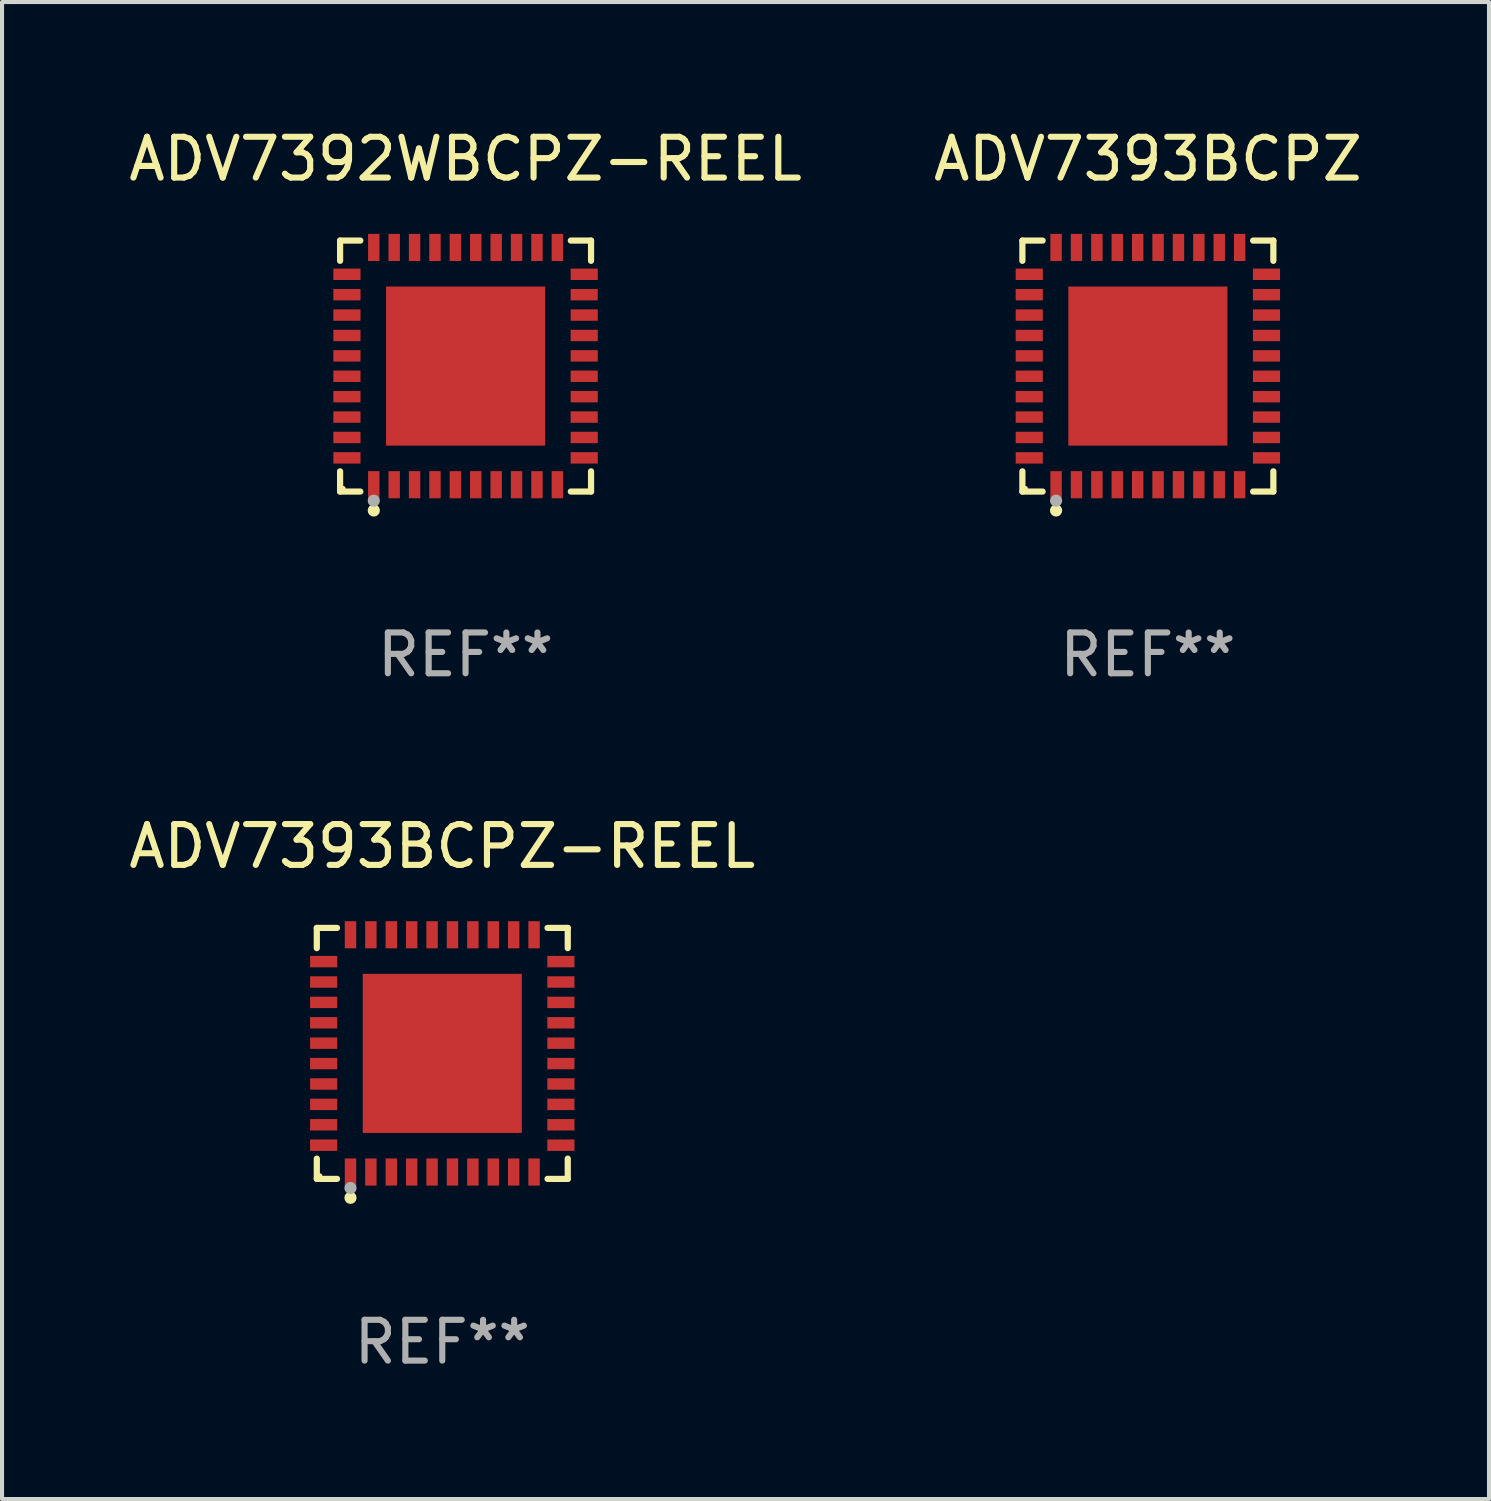
<source format=kicad_pcb>
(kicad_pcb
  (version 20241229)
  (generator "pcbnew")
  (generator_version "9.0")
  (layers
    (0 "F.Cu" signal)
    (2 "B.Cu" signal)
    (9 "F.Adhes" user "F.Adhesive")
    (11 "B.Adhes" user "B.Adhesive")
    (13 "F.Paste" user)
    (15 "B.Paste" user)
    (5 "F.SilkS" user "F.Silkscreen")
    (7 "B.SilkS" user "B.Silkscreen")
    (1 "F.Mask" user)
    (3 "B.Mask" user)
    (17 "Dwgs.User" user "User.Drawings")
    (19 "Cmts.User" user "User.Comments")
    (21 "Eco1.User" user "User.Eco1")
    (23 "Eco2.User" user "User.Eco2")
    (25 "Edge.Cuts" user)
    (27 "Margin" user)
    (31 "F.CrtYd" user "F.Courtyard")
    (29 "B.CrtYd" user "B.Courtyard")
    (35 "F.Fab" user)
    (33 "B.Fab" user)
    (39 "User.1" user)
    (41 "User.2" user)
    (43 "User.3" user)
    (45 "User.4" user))
  (footprint "ADV7393BCPZ-REEL"
    (layer "F.Cu")
    (at 7.792 22.773)
    (property "Reference" "ADV7393BCPZ-REEL" (at 0 -5.076 0) (layer "F.SilkS") (effects (font (size 1 1) (thickness 0.15))))
    (attr through_hole)
    (fp_line (start -3.076 -3.076) (end -2.58 -3.076) (stroke (width 0.152) (type solid)) (layer "F.SilkS"))
    (fp_line (start -3.076 -2.58) (end -3.076 -3.076) (stroke (width 0.152) (type solid)) (layer "F.SilkS"))
    (fp_line (start -3.076 2.58) (end -3.076 3.076) (stroke (width 0.152) (type solid)) (layer "F.SilkS"))
    (fp_line (start -3.076 3.076) (end -2.58 3.076) (stroke (width 0.152) (type solid)) (layer "F.SilkS"))
    (fp_line (start 3.076 -3.076) (end 2.58 -3.076) (stroke (width 0.152) (type solid)) (layer "F.SilkS"))
    (fp_line (start 3.076 -2.58) (end 3.076 -3.076) (stroke (width 0.152) (type solid)) (layer "F.SilkS"))
    (fp_line (start 3.076 2.58) (end 3.076 3.076) (stroke (width 0.152) (type solid)) (layer "F.SilkS"))
    (fp_line (start 3.076 3.076) (end 2.58 3.076) (stroke (width 0.152) (type solid)) (layer "F.SilkS"))
    (fp_circle (center -3 3) (end -2.97 3) (stroke (width 0.06) (type solid)) (fill no) (layer "F.SilkS"))
    (fp_circle (center -2.25 3.54) (end -2.175 3.54) (stroke (width 0.15) (type solid)) (fill no) (layer "F.SilkS"))
    (fp_circle (center -2.25 3.3) (end -2.175 3.3) (stroke (width 0.15) (type solid)) (fill no) (layer "F.Fab"))
    (fp_text user "REF**" (at 0 7.076 0) (layer "F.Fab") (effects (font (size 1 1) (thickness 0.15))))
    (pad "1" smd rect (at -2.25 2.908) (size 0.28 0.665) (layers "F.Cu" "F.Mask" "F.Paste"))
    (pad "2" smd rect (at -1.75 2.908) (size 0.28 0.665) (layers "F.Cu" "F.Mask" "F.Paste"))
    (pad "3" smd rect (at -1.25 2.908) (size 0.28 0.665) (layers "F.Cu" "F.Mask" "F.Paste"))
    (pad "4" smd rect (at -0.75 2.908) (size 0.28 0.665) (layers "F.Cu" "F.Mask" "F.Paste"))
    (pad "5" smd rect (at -0.25 2.908) (size 0.28 0.665) (layers "F.Cu" "F.Mask" "F.Paste"))
    (pad "6" smd rect (at 0.25 2.908) (size 0.28 0.665) (layers "F.Cu" "F.Mask" "F.Paste"))
    (pad "7" smd rect (at 0.75 2.908) (size 0.28 0.665) (layers "F.Cu" "F.Mask" "F.Paste"))
    (pad "8" smd rect (at 1.25 2.908) (size 0.28 0.665) (layers "F.Cu" "F.Mask" "F.Paste"))
    (pad "9" smd rect (at 1.75 2.908) (size 0.28 0.665) (layers "F.Cu" "F.Mask" "F.Paste"))
    (pad "10" smd rect (at 2.25 2.908) (size 0.28 0.665) (layers "F.Cu" "F.Mask" "F.Paste"))
    (pad "11" smd rect (at 2.908 2.25) (size 0.665 0.28) (layers "F.Cu" "F.Mask" "F.Paste"))
    (pad "12" smd rect (at 2.908 1.75) (size 0.665 0.28) (layers "F.Cu" "F.Mask" "F.Paste"))
    (pad "13" smd rect (at 2.908 1.25) (size 0.665 0.28) (layers "F.Cu" "F.Mask" "F.Paste"))
    (pad "14" smd rect (at 2.908 0.75) (size 0.665 0.28) (layers "F.Cu" "F.Mask" "F.Paste"))
    (pad "15" smd rect (at 2.908 0.25) (size 0.665 0.28) (layers "F.Cu" "F.Mask" "F.Paste"))
    (pad "16" smd rect (at 2.908 -0.25) (size 0.665 0.28) (layers "F.Cu" "F.Mask" "F.Paste"))
    (pad "17" smd rect (at 2.908 -0.75) (size 0.665 0.28) (layers "F.Cu" "F.Mask" "F.Paste"))
    (pad "18" smd rect (at 2.908 -1.25) (size 0.665 0.28) (layers "F.Cu" "F.Mask" "F.Paste"))
    (pad "19" smd rect (at 2.908 -1.75) (size 0.665 0.28) (layers "F.Cu" "F.Mask" "F.Paste"))
    (pad "20" smd rect (at 2.908 -2.25) (size 0.665 0.28) (layers "F.Cu" "F.Mask" "F.Paste"))
    (pad "21" smd rect (at 2.25 -2.908) (size 0.28 0.665) (layers "F.Cu" "F.Mask" "F.Paste"))
    (pad "22" smd rect (at 1.75 -2.908) (size 0.28 0.665) (layers "F.Cu" "F.Mask" "F.Paste"))
    (pad "23" smd rect (at 1.25 -2.908) (size 0.28 0.665) (layers "F.Cu" "F.Mask" "F.Paste"))
    (pad "24" smd rect (at 0.75 -2.908) (size 0.28 0.665) (layers "F.Cu" "F.Mask" "F.Paste"))
    (pad "25" smd rect (at 0.25 -2.908) (size 0.28 0.665) (layers "F.Cu" "F.Mask" "F.Paste"))
    (pad "26" smd rect (at -0.25 -2.908) (size 0.28 0.665) (layers "F.Cu" "F.Mask" "F.Paste"))
    (pad "27" smd rect (at -0.75 -2.908) (size 0.28 0.665) (layers "F.Cu" "F.Mask" "F.Paste"))
    (pad "28" smd rect (at -1.25 -2.908) (size 0.28 0.665) (layers "F.Cu" "F.Mask" "F.Paste"))
    (pad "29" smd rect (at -1.75 -2.908) (size 0.28 0.665) (layers "F.Cu" "F.Mask" "F.Paste"))
    (pad "30" smd rect (at -2.25 -2.908) (size 0.28 0.665) (layers "F.Cu" "F.Mask" "F.Paste"))
    (pad "31" smd rect (at -2.908 -2.25) (size 0.665 0.28) (layers "F.Cu" "F.Mask" "F.Paste"))
    (pad "32" smd rect (at -2.908 -1.75) (size 0.665 0.28) (layers "F.Cu" "F.Mask" "F.Paste"))
    (pad "33" smd rect (at -2.908 -1.25) (size 0.665 0.28) (layers "F.Cu" "F.Mask" "F.Paste"))
    (pad "34" smd rect (at -2.908 -0.75) (size 0.665 0.28) (layers "F.Cu" "F.Mask" "F.Paste"))
    (pad "35" smd rect (at -2.908 -0.25) (size 0.665 0.28) (layers "F.Cu" "F.Mask" "F.Paste"))
    (pad "36" smd rect (at -2.908 0.25) (size 0.665 0.28) (layers "F.Cu" "F.Mask" "F.Paste"))
    (pad "37" smd rect (at -2.908 0.75) (size 0.665 0.28) (layers "F.Cu" "F.Mask" "F.Paste"))
    (pad "38" smd rect (at -2.908 1.25) (size 0.665 0.28) (layers "F.Cu" "F.Mask" "F.Paste"))
    (pad "39" smd rect (at -2.908 1.75) (size 0.665 0.28) (layers "F.Cu" "F.Mask" "F.Paste"))
    (pad "40" smd rect (at -2.908 2.25) (size 0.665 0.28) (layers "F.Cu" "F.Mask" "F.Paste"))
    (pad "41" smd rect (at 0 0) (size 3.9 3.9) (layers "F.Cu" "F.Mask" "F.Paste")))
  (footprint "ADV7393BCPZ"
    (layer "F.Cu")
    (at 25.089 5.924)
    (property "Reference" "ADV7393BCPZ" (at 0 -5.076 0) (layer "F.SilkS") (effects (font (size 1 1) (thickness 0.15))))
    (attr through_hole)
    (fp_line (start -3.076 -3.076) (end -2.58 -3.076) (stroke (width 0.152) (type solid)) (layer "F.SilkS"))
    (fp_line (start -3.076 -2.58) (end -3.076 -3.076) (stroke (width 0.152) (type solid)) (layer "F.SilkS"))
    (fp_line (start -3.076 2.58) (end -3.076 3.076) (stroke (width 0.152) (type solid)) (layer "F.SilkS"))
    (fp_line (start -3.076 3.076) (end -2.58 3.076) (stroke (width 0.152) (type solid)) (layer "F.SilkS"))
    (fp_line (start 3.076 -3.076) (end 2.58 -3.076) (stroke (width 0.152) (type solid)) (layer "F.SilkS"))
    (fp_line (start 3.076 -2.58) (end 3.076 -3.076) (stroke (width 0.152) (type solid)) (layer "F.SilkS"))
    (fp_line (start 3.076 2.58) (end 3.076 3.076) (stroke (width 0.152) (type solid)) (layer "F.SilkS"))
    (fp_line (start 3.076 3.076) (end 2.58 3.076) (stroke (width 0.152) (type solid)) (layer "F.SilkS"))
    (fp_circle (center -3 3) (end -2.97 3) (stroke (width 0.06) (type solid)) (fill no) (layer "F.SilkS"))
    (fp_circle (center -2.25 3.54) (end -2.175 3.54) (stroke (width 0.15) (type solid)) (fill no) (layer "F.SilkS"))
    (fp_circle (center -2.25 3.3) (end -2.175 3.3) (stroke (width 0.15) (type solid)) (fill no) (layer "F.Fab"))
    (fp_text user "REF**" (at 0 7.076 0) (layer "F.Fab") (effects (font (size 1 1) (thickness 0.15))))
    (pad "1" smd rect (at -2.25 2.908) (size 0.28 0.665) (layers "F.Cu" "F.Mask" "F.Paste"))
    (pad "2" smd rect (at -1.75 2.908) (size 0.28 0.665) (layers "F.Cu" "F.Mask" "F.Paste"))
    (pad "3" smd rect (at -1.25 2.908) (size 0.28 0.665) (layers "F.Cu" "F.Mask" "F.Paste"))
    (pad "4" smd rect (at -0.75 2.908) (size 0.28 0.665) (layers "F.Cu" "F.Mask" "F.Paste"))
    (pad "5" smd rect (at -0.25 2.908) (size 0.28 0.665) (layers "F.Cu" "F.Mask" "F.Paste"))
    (pad "6" smd rect (at 0.25 2.908) (size 0.28 0.665) (layers "F.Cu" "F.Mask" "F.Paste"))
    (pad "7" smd rect (at 0.75 2.908) (size 0.28 0.665) (layers "F.Cu" "F.Mask" "F.Paste"))
    (pad "8" smd rect (at 1.25 2.908) (size 0.28 0.665) (layers "F.Cu" "F.Mask" "F.Paste"))
    (pad "9" smd rect (at 1.75 2.908) (size 0.28 0.665) (layers "F.Cu" "F.Mask" "F.Paste"))
    (pad "10" smd rect (at 2.25 2.908) (size 0.28 0.665) (layers "F.Cu" "F.Mask" "F.Paste"))
    (pad "11" smd rect (at 2.908 2.25) (size 0.665 0.28) (layers "F.Cu" "F.Mask" "F.Paste"))
    (pad "12" smd rect (at 2.908 1.75) (size 0.665 0.28) (layers "F.Cu" "F.Mask" "F.Paste"))
    (pad "13" smd rect (at 2.908 1.25) (size 0.665 0.28) (layers "F.Cu" "F.Mask" "F.Paste"))
    (pad "14" smd rect (at 2.908 0.75) (size 0.665 0.28) (layers "F.Cu" "F.Mask" "F.Paste"))
    (pad "15" smd rect (at 2.908 0.25) (size 0.665 0.28) (layers "F.Cu" "F.Mask" "F.Paste"))
    (pad "16" smd rect (at 2.908 -0.25) (size 0.665 0.28) (layers "F.Cu" "F.Mask" "F.Paste"))
    (pad "17" smd rect (at 2.908 -0.75) (size 0.665 0.28) (layers "F.Cu" "F.Mask" "F.Paste"))
    (pad "18" smd rect (at 2.908 -1.25) (size 0.665 0.28) (layers "F.Cu" "F.Mask" "F.Paste"))
    (pad "19" smd rect (at 2.908 -1.75) (size 0.665 0.28) (layers "F.Cu" "F.Mask" "F.Paste"))
    (pad "20" smd rect (at 2.908 -2.25) (size 0.665 0.28) (layers "F.Cu" "F.Mask" "F.Paste"))
    (pad "21" smd rect (at 2.25 -2.908) (size 0.28 0.665) (layers "F.Cu" "F.Mask" "F.Paste"))
    (pad "22" smd rect (at 1.75 -2.908) (size 0.28 0.665) (layers "F.Cu" "F.Mask" "F.Paste"))
    (pad "23" smd rect (at 1.25 -2.908) (size 0.28 0.665) (layers "F.Cu" "F.Mask" "F.Paste"))
    (pad "24" smd rect (at 0.75 -2.908) (size 0.28 0.665) (layers "F.Cu" "F.Mask" "F.Paste"))
    (pad "25" smd rect (at 0.25 -2.908) (size 0.28 0.665) (layers "F.Cu" "F.Mask" "F.Paste"))
    (pad "26" smd rect (at -0.25 -2.908) (size 0.28 0.665) (layers "F.Cu" "F.Mask" "F.Paste"))
    (pad "27" smd rect (at -0.75 -2.908) (size 0.28 0.665) (layers "F.Cu" "F.Mask" "F.Paste"))
    (pad "28" smd rect (at -1.25 -2.908) (size 0.28 0.665) (layers "F.Cu" "F.Mask" "F.Paste"))
    (pad "29" smd rect (at -1.75 -2.908) (size 0.28 0.665) (layers "F.Cu" "F.Mask" "F.Paste"))
    (pad "30" smd rect (at -2.25 -2.908) (size 0.28 0.665) (layers "F.Cu" "F.Mask" "F.Paste"))
    (pad "31" smd rect (at -2.908 -2.25) (size 0.665 0.28) (layers "F.Cu" "F.Mask" "F.Paste"))
    (pad "32" smd rect (at -2.908 -1.75) (size 0.665 0.28) (layers "F.Cu" "F.Mask" "F.Paste"))
    (pad "33" smd rect (at -2.908 -1.25) (size 0.665 0.28) (layers "F.Cu" "F.Mask" "F.Paste"))
    (pad "34" smd rect (at -2.908 -0.75) (size 0.665 0.28) (layers "F.Cu" "F.Mask" "F.Paste"))
    (pad "35" smd rect (at -2.908 -0.25) (size 0.665 0.28) (layers "F.Cu" "F.Mask" "F.Paste"))
    (pad "36" smd rect (at -2.908 0.25) (size 0.665 0.28) (layers "F.Cu" "F.Mask" "F.Paste"))
    (pad "37" smd rect (at -2.908 0.75) (size 0.665 0.28) (layers "F.Cu" "F.Mask" "F.Paste"))
    (pad "38" smd rect (at -2.908 1.25) (size 0.665 0.28) (layers "F.Cu" "F.Mask" "F.Paste"))
    (pad "39" smd rect (at -2.908 1.75) (size 0.665 0.28) (layers "F.Cu" "F.Mask" "F.Paste"))
    (pad "40" smd rect (at -2.908 2.25) (size 0.665 0.28) (layers "F.Cu" "F.Mask" "F.Paste"))
    (pad "41" smd rect (at 0 0) (size 3.9 3.9) (layers "F.Cu" "F.Mask" "F.Paste")))
  (footprint "ADV7392WBCPZ-REEL"
    (layer "F.Cu")
    (at 8.363 5.924)
    (property "Reference" "ADV7392WBCPZ-REEL" (at 0 -5.076 0) (layer "F.SilkS") (effects (font (size 1 1) (thickness 0.15))))
    (attr through_hole)
    (fp_line (start -3.076 -3.076) (end -2.58 -3.076) (stroke (width 0.152) (type solid)) (layer "F.SilkS"))
    (fp_line (start -3.076 -2.58) (end -3.076 -3.076) (stroke (width 0.152) (type solid)) (layer "F.SilkS"))
    (fp_line (start -3.076 2.58) (end -3.076 3.076) (stroke (width 0.152) (type solid)) (layer "F.SilkS"))
    (fp_line (start -3.076 3.076) (end -2.58 3.076) (stroke (width 0.152) (type solid)) (layer "F.SilkS"))
    (fp_line (start 3.076 -3.076) (end 2.58 -3.076) (stroke (width 0.152) (type solid)) (layer "F.SilkS"))
    (fp_line (start 3.076 -2.58) (end 3.076 -3.076) (stroke (width 0.152) (type solid)) (layer "F.SilkS"))
    (fp_line (start 3.076 2.58) (end 3.076 3.076) (stroke (width 0.152) (type solid)) (layer "F.SilkS"))
    (fp_line (start 3.076 3.076) (end 2.58 3.076) (stroke (width 0.152) (type solid)) (layer "F.SilkS"))
    (fp_circle (center -3 3) (end -2.97 3) (stroke (width 0.06) (type solid)) (fill no) (layer "F.SilkS"))
    (fp_circle (center -2.25 3.54) (end -2.175 3.54) (stroke (width 0.15) (type solid)) (fill no) (layer "F.SilkS"))
    (fp_circle (center -2.25 3.3) (end -2.175 3.3) (stroke (width 0.15) (type solid)) (fill no) (layer "F.Fab"))
    (fp_text user "REF**" (at 0 7.076 0) (layer "F.Fab") (effects (font (size 1 1) (thickness 0.15))))
    (pad "1" smd rect (at -2.25 2.908) (size 0.28 0.665) (layers "F.Cu" "F.Mask" "F.Paste"))
    (pad "2" smd rect (at -1.75 2.908) (size 0.28 0.665) (layers "F.Cu" "F.Mask" "F.Paste"))
    (pad "3" smd rect (at -1.25 2.908) (size 0.28 0.665) (layers "F.Cu" "F.Mask" "F.Paste"))
    (pad "4" smd rect (at -0.75 2.908) (size 0.28 0.665) (layers "F.Cu" "F.Mask" "F.Paste"))
    (pad "5" smd rect (at -0.25 2.908) (size 0.28 0.665) (layers "F.Cu" "F.Mask" "F.Paste"))
    (pad "6" smd rect (at 0.25 2.908) (size 0.28 0.665) (layers "F.Cu" "F.Mask" "F.Paste"))
    (pad "7" smd rect (at 0.75 2.908) (size 0.28 0.665) (layers "F.Cu" "F.Mask" "F.Paste"))
    (pad "8" smd rect (at 1.25 2.908) (size 0.28 0.665) (layers "F.Cu" "F.Mask" "F.Paste"))
    (pad "9" smd rect (at 1.75 2.908) (size 0.28 0.665) (layers "F.Cu" "F.Mask" "F.Paste"))
    (pad "10" smd rect (at 2.25 2.908) (size 0.28 0.665) (layers "F.Cu" "F.Mask" "F.Paste"))
    (pad "11" smd rect (at 2.908 2.25) (size 0.665 0.28) (layers "F.Cu" "F.Mask" "F.Paste"))
    (pad "12" smd rect (at 2.908 1.75) (size 0.665 0.28) (layers "F.Cu" "F.Mask" "F.Paste"))
    (pad "13" smd rect (at 2.908 1.25) (size 0.665 0.28) (layers "F.Cu" "F.Mask" "F.Paste"))
    (pad "14" smd rect (at 2.908 0.75) (size 0.665 0.28) (layers "F.Cu" "F.Mask" "F.Paste"))
    (pad "15" smd rect (at 2.908 0.25) (size 0.665 0.28) (layers "F.Cu" "F.Mask" "F.Paste"))
    (pad "16" smd rect (at 2.908 -0.25) (size 0.665 0.28) (layers "F.Cu" "F.Mask" "F.Paste"))
    (pad "17" smd rect (at 2.908 -0.75) (size 0.665 0.28) (layers "F.Cu" "F.Mask" "F.Paste"))
    (pad "18" smd rect (at 2.908 -1.25) (size 0.665 0.28) (layers "F.Cu" "F.Mask" "F.Paste"))
    (pad "19" smd rect (at 2.908 -1.75) (size 0.665 0.28) (layers "F.Cu" "F.Mask" "F.Paste"))
    (pad "20" smd rect (at 2.908 -2.25) (size 0.665 0.28) (layers "F.Cu" "F.Mask" "F.Paste"))
    (pad "21" smd rect (at 2.25 -2.908) (size 0.28 0.665) (layers "F.Cu" "F.Mask" "F.Paste"))
    (pad "22" smd rect (at 1.75 -2.908) (size 0.28 0.665) (layers "F.Cu" "F.Mask" "F.Paste"))
    (pad "23" smd rect (at 1.25 -2.908) (size 0.28 0.665) (layers "F.Cu" "F.Mask" "F.Paste"))
    (pad "24" smd rect (at 0.75 -2.908) (size 0.28 0.665) (layers "F.Cu" "F.Mask" "F.Paste"))
    (pad "25" smd rect (at 0.25 -2.908) (size 0.28 0.665) (layers "F.Cu" "F.Mask" "F.Paste"))
    (pad "26" smd rect (at -0.25 -2.908) (size 0.28 0.665) (layers "F.Cu" "F.Mask" "F.Paste"))
    (pad "27" smd rect (at -0.75 -2.908) (size 0.28 0.665) (layers "F.Cu" "F.Mask" "F.Paste"))
    (pad "28" smd rect (at -1.25 -2.908) (size 0.28 0.665) (layers "F.Cu" "F.Mask" "F.Paste"))
    (pad "29" smd rect (at -1.75 -2.908) (size 0.28 0.665) (layers "F.Cu" "F.Mask" "F.Paste"))
    (pad "30" smd rect (at -2.25 -2.908) (size 0.28 0.665) (layers "F.Cu" "F.Mask" "F.Paste"))
    (pad "31" smd rect (at -2.908 -2.25) (size 0.665 0.28) (layers "F.Cu" "F.Mask" "F.Paste"))
    (pad "32" smd rect (at -2.908 -1.75) (size 0.665 0.28) (layers "F.Cu" "F.Mask" "F.Paste"))
    (pad "33" smd rect (at -2.908 -1.25) (size 0.665 0.28) (layers "F.Cu" "F.Mask" "F.Paste"))
    (pad "34" smd rect (at -2.908 -0.75) (size 0.665 0.28) (layers "F.Cu" "F.Mask" "F.Paste"))
    (pad "35" smd rect (at -2.908 -0.25) (size 0.665 0.28) (layers "F.Cu" "F.Mask" "F.Paste"))
    (pad "36" smd rect (at -2.908 0.25) (size 0.665 0.28) (layers "F.Cu" "F.Mask" "F.Paste"))
    (pad "37" smd rect (at -2.908 0.75) (size 0.665 0.28) (layers "F.Cu" "F.Mask" "F.Paste"))
    (pad "38" smd rect (at -2.908 1.25) (size 0.665 0.28) (layers "F.Cu" "F.Mask" "F.Paste"))
    (pad "39" smd rect (at -2.908 1.75) (size 0.665 0.28) (layers "F.Cu" "F.Mask" "F.Paste"))
    (pad "40" smd rect (at -2.908 2.25) (size 0.665 0.28) (layers "F.Cu" "F.Mask" "F.Paste"))
    (pad "41" smd rect (at 0 0) (size 3.9 3.9) (layers "F.Cu" "F.Mask" "F.Paste")))
  (gr_rect
    (start -3 -3)
    (end 33.452 33.698)
    (stroke (width 0.1) (type default))
    (fill no)
    (layer "Edge.Cuts")))
</source>
